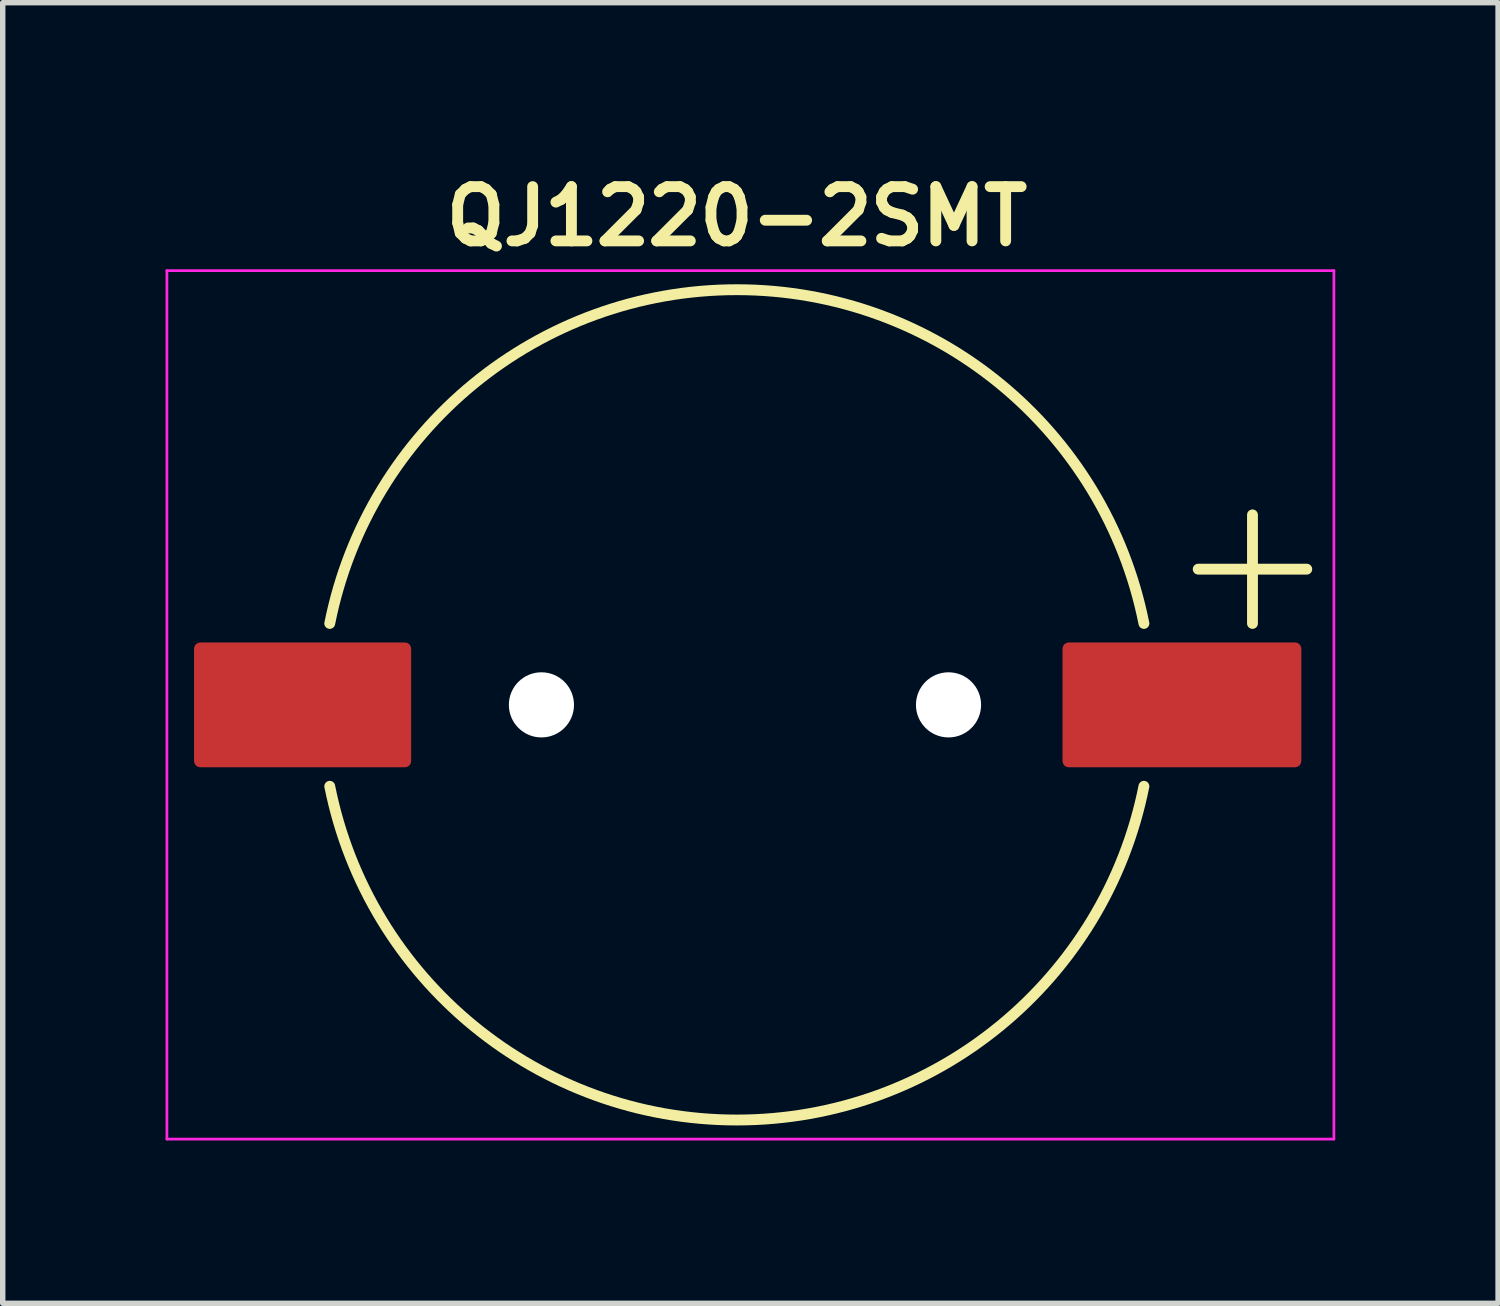
<source format=kicad_pcb>
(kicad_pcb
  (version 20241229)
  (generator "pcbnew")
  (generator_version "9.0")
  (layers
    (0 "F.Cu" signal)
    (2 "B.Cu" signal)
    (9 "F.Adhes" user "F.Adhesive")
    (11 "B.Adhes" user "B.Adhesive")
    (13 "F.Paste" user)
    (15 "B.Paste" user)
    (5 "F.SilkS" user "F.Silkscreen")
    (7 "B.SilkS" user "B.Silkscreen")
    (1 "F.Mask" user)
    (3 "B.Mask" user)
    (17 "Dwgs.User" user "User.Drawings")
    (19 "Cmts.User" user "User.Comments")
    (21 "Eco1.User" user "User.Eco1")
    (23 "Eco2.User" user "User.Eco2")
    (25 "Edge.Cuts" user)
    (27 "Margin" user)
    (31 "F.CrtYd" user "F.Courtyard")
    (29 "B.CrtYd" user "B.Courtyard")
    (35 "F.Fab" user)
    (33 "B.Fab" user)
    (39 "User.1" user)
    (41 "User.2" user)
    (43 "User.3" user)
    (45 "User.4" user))
  (footprint "QJ1220-2SMT"
    (layer "F.Cu")
    (at 2.525 9.936)
    (property "Reference" "QJ1220-2SMT" (at 8 -9 0) (layer "F.SilkS") (effects (font (size 1 1) (thickness 0.2))))
    (attr through_hole)
    (fp_line (start 16.5 -2.5) (end 18.5 -2.5) (stroke (width 0.2) (type solid)) (layer "F.SilkS"))
    (fp_line (start 17.5 -3.5) (end 17.5 -1.5) (stroke (width 0.2) (type solid)) (layer "F.SilkS"))
    (fp_arc (start 0.500001 -1.500001) (mid 8.000001 -7.648528) (end 15.499999 -1.499999) (stroke (width 0.2) (type solid)) (layer "F.SilkS"))
    (fp_arc (start 15.499999 1.500001) (mid 7.999999 7.648528) (end 0.500001 1.499999) (stroke (width 0.2) (type solid)) (layer "F.SilkS"))
    (fp_line (start -2.5 -8) (end 19 -8) (stroke (width 0.05) (type solid)) (layer "F.CrtYd"))
    (fp_line (start -2.5 8) (end -2.5 -8) (stroke (width 0.05) (type solid)) (layer "F.CrtYd"))
    (fp_line (start 19 -8) (end 19 8) (stroke (width 0.05) (type solid)) (layer "F.CrtYd"))
    (fp_line (start 19 8) (end -2.5 8) (stroke (width 0.05) (type solid)) (layer "F.CrtYd"))
    (pad "" np_thru_hole circle (at 4.4 0) (size 1.2 1.2) (drill 1.2) (layers "*.Cu" "*.Mask"))
    (pad "" np_thru_hole circle (at 11.9 0) (size 1.2 1.2) (drill 1.2) (layers "*.Cu" "*.Mask"))
    (pad "1" smd roundrect (at 16.2 0) (size 4.4 2.3) (layers "F.Cu" "F.Mask" "F.Paste") (roundrect_rratio 0.05))
    (pad "2" smd roundrect (at 0 0) (size 4 2.3) (layers "F.Cu" "F.Mask" "F.Paste") (roundrect_rratio 0.05)))
  (gr_rect
    (start -3 -3)
    (end 24.55 20.961)
    (stroke (width 0.1) (type default))
    (fill no)
    (layer "Edge.Cuts")))
</source>
